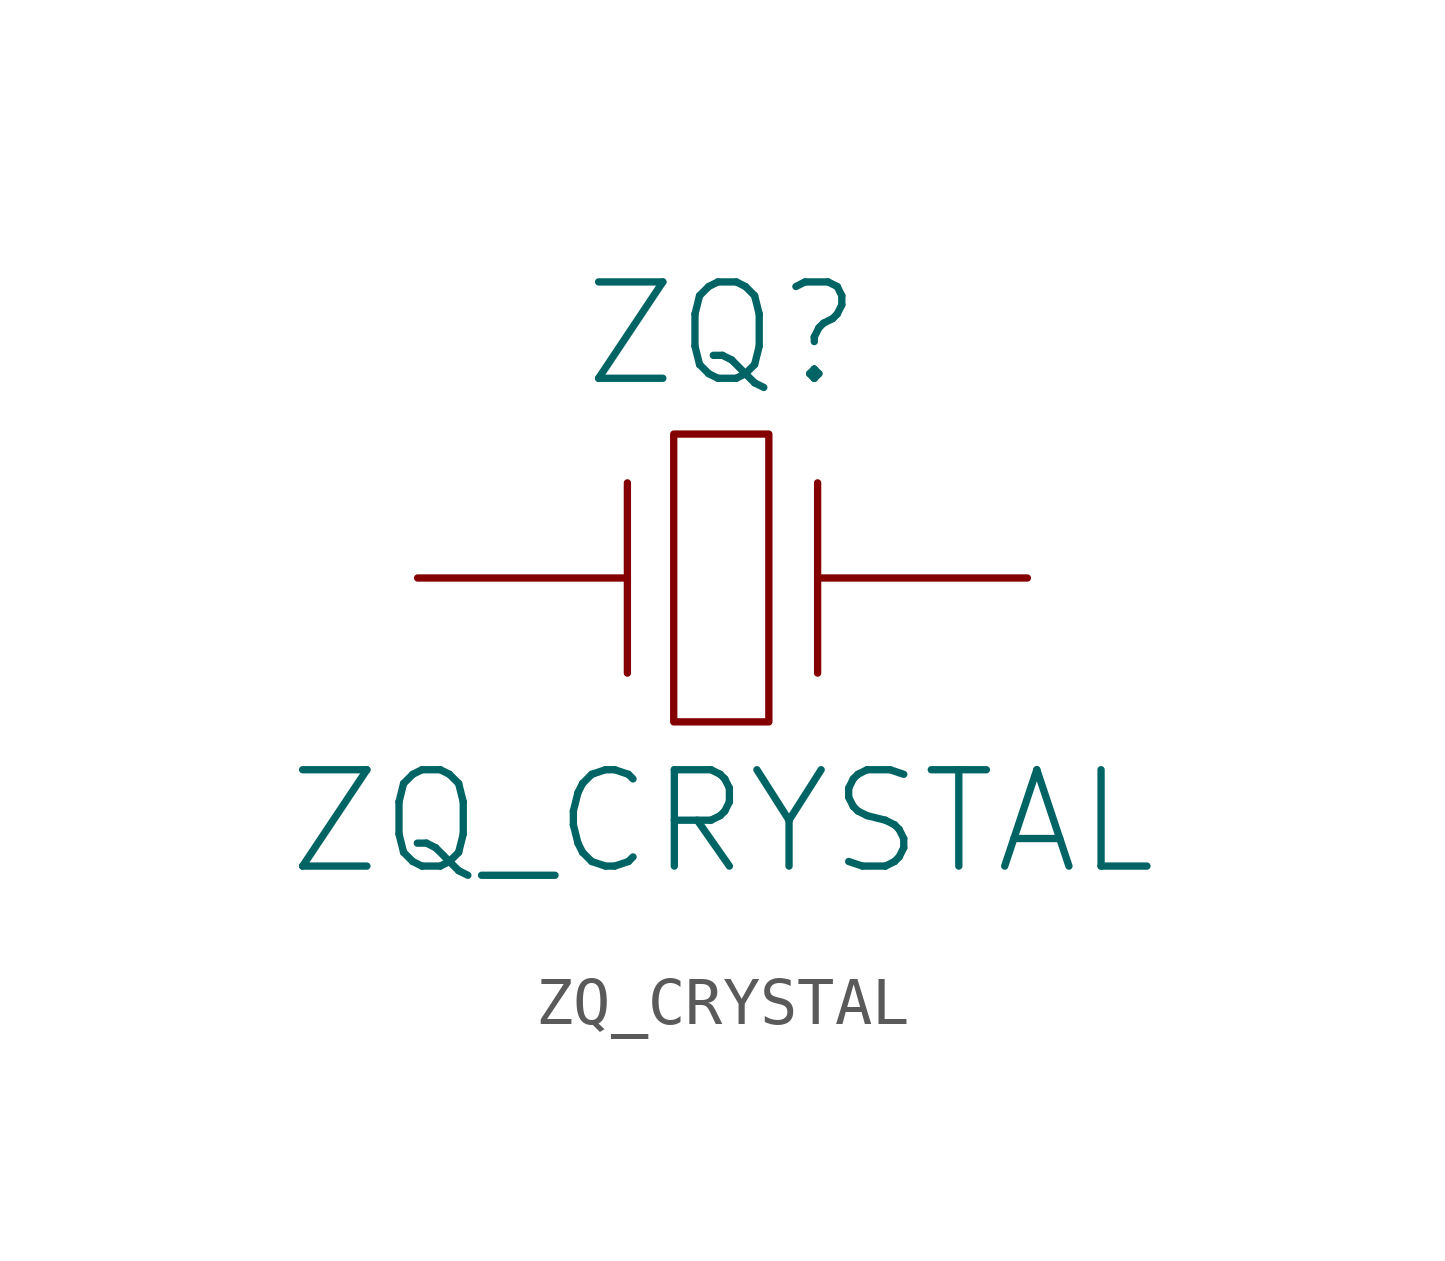
<source format=kicad_sym>
(kicad_symbol_lib
  (version 20231120)
  (generator "kicad_symbol_editor")
  (generator_version "8.0")
  (symbol "ZQ_CRYSTAL"
    (pin_numbers hide)
    (pin_names
      (offset 0) hide)
    (property "Reference" "ZQ"
      (at 0 5.08 0)
      (effects (font (size 2.007 2.007))))
    (property "Value" "ZQ_CRYSTAL"
      (at 0 -5.08 0)
      (effects (font (size 2.007 2.007))))
    (symbol "ZQ_CRYSTAL_0_1"
      (rectangle (start -1.016 2.997) (end 0.965 -2.997) (stroke (width 0) (type solid)) (fill (type none)))
      (polyline (pts (xy -1.981 1.981) (xy -1.981 -1.981)) (stroke (width 0) (type solid)) (fill (type none)))
      (polyline (pts (xy 1.981 1.981) (xy 1.981 -1.981)) (stroke (width 0) (type solid)) (fill (type none))))
    (symbol "ZQ_CRYSTAL_1_1"
      (pin passive line (at -6.35 0 0) (length 4.369) (name "~" (effects (font (size 2.007 2.007)))) (number "1" (effects (font (size 2.007 2.007)))))
      (pin passive line (at 6.35 0 180) (length 4.369) (name "~" (effects (font (size 2.007 2.007)))) (number "2" (effects (font (size 2.007 2.007))))))))
</source>
